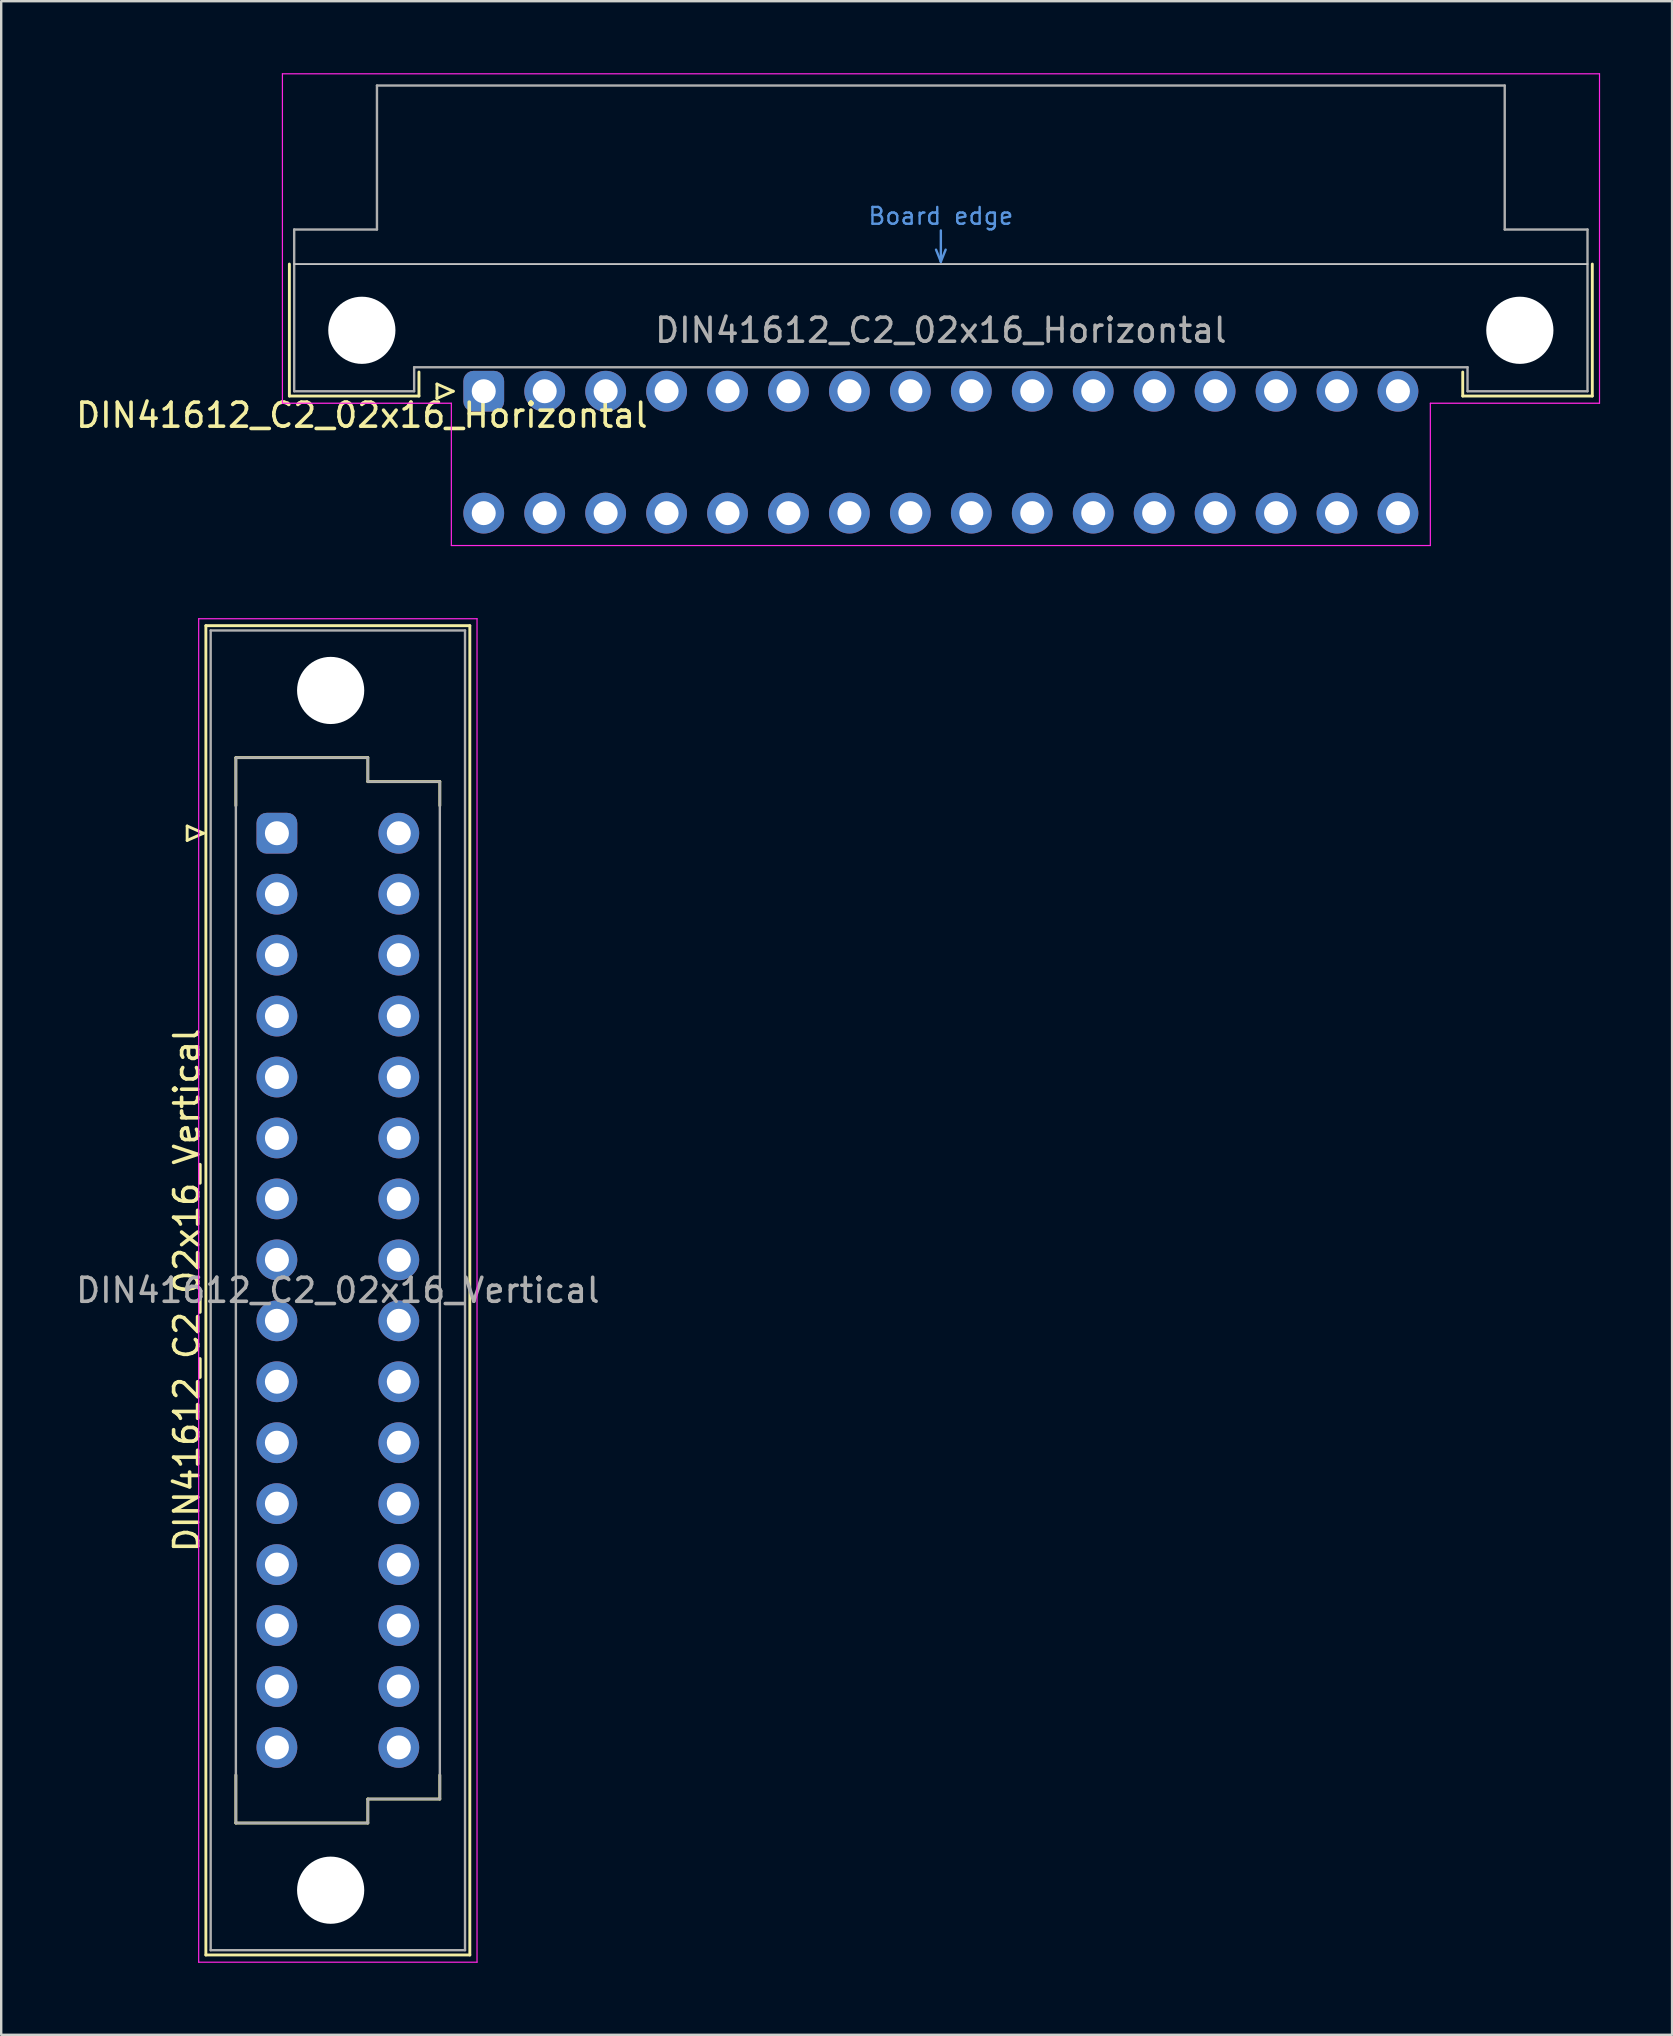
<source format=kicad_pcb>
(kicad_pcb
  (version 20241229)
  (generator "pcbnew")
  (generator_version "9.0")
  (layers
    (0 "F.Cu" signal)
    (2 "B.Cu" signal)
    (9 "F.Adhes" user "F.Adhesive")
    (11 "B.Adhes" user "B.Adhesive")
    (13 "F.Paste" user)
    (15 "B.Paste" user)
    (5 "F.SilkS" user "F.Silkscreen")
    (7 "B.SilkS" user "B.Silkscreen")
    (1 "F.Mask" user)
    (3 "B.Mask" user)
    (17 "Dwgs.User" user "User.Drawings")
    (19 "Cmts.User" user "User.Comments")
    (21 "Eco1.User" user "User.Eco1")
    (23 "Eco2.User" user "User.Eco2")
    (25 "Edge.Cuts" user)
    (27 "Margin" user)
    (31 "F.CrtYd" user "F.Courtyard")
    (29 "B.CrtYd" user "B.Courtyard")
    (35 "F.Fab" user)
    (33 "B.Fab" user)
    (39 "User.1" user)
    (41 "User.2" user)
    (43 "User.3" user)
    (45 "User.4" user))
  (footprint "DIN41612_C2_02x16_Horizontal"
    (layer "F.Cu")
    (at 17.11 13.255)
    (property "Reference" "DIN41612_C2_02x16_Horizontal" (at -5.08 1 0) (layer "F.SilkS") (effects (font (size 1 1) (thickness 0.15))))
    (attr through_hole)
    (fp_line (start -8.1 -5.3) (end -8.1 0.2) (stroke (width 0.12) (type solid)) (layer "F.SilkS"))
    (fp_line (start -8.1 0.2) (end -2.7 0.2) (stroke (width 0.12) (type solid)) (layer "F.SilkS"))
    (fp_line (start -2.7 0.2) (end -2.7 -0.8) (stroke (width 0.12) (type solid)) (layer "F.SilkS"))
    (fp_line (start -1.95 -0.3) (end -1.95 0.3) (stroke (width 0.12) (type solid)) (layer "F.SilkS"))
    (fp_line (start -1.95 0.3) (end -1.27 0) (stroke (width 0.12) (type solid)) (layer "F.SilkS"))
    (fp_line (start -1.27 0) (end -1.95 -0.3) (stroke (width 0.12) (type solid)) (layer "F.SilkS"))
    (fp_line (start 40.8 0.2) (end 40.8 -0.8) (stroke (width 0.12) (type solid)) (layer "F.SilkS"))
    (fp_line (start 46.2 -5.3) (end 46.2 0.2) (stroke (width 0.12) (type solid)) (layer "F.SilkS"))
    (fp_line (start 46.2 0.2) (end 40.8 0.2) (stroke (width 0.12) (type solid)) (layer "F.SilkS"))
    (fp_line (start -7.9 -5.3) (end 46 -5.3) (stroke (width 0.08) (type solid)) (layer "Dwgs.User"))
    (fp_line (start 18.85 -5.9) (end 19.05 -5.4) (stroke (width 0.1) (type solid)) (layer "Cmts.User"))
    (fp_line (start 19.05 -5.4) (end 19.05 -6.7) (stroke (width 0.1) (type solid)) (layer "Cmts.User"))
    (fp_line (start 19.05 -5.4) (end 19.25 -5.9) (stroke (width 0.1) (type solid)) (layer "Cmts.User"))
    (fp_line (start -8.39 -13.23) (end -8.39 0.5) (stroke (width 0.05) (type solid)) (layer "F.CrtYd"))
    (fp_line (start -8.39 0.5) (end -1.35 0.5) (stroke (width 0.05) (type solid)) (layer "F.CrtYd"))
    (fp_line (start -1.35 0.5) (end -1.35 6.43) (stroke (width 0.05) (type solid)) (layer "F.CrtYd"))
    (fp_line (start -1.35 6.43) (end 39.45 6.43) (stroke (width 0.05) (type solid)) (layer "F.CrtYd"))
    (fp_line (start 39.45 0.5) (end 46.5 0.5) (stroke (width 0.05) (type solid)) (layer "F.CrtYd"))
    (fp_line (start 39.45 6.43) (end 39.45 0.5) (stroke (width 0.05) (type solid)) (layer "F.CrtYd"))
    (fp_line (start 46.5 -13.23) (end -8.39 -13.23) (stroke (width 0.05) (type solid)) (layer "F.CrtYd"))
    (fp_line (start 46.5 0.5) (end 46.5 -13.23) (stroke (width 0.05) (type solid)) (layer "F.CrtYd"))
    (fp_line (start -7.9 -6.74) (end -7.9 0) (stroke (width 0.1) (type solid)) (layer "F.Fab"))
    (fp_line (start -7.9 0) (end -2.9 0) (stroke (width 0.1) (type solid)) (layer "F.Fab"))
    (fp_line (start -4.45 -12.74) (end -4.45 -6.74) (stroke (width 0.1) (type solid)) (layer "F.Fab"))
    (fp_line (start -4.45 -6.74) (end -7.9 -6.74) (stroke (width 0.1) (type solid)) (layer "F.Fab"))
    (fp_line (start -2.9 -1) (end 41 -1) (stroke (width 0.1) (type solid)) (layer "F.Fab"))
    (fp_line (start -2.9 0) (end -2.9 -1) (stroke (width 0.1) (type solid)) (layer "F.Fab"))
    (fp_line (start 41 -1) (end 41 0) (stroke (width 0.1) (type solid)) (layer "F.Fab"))
    (fp_line (start 41 0) (end 46 0) (stroke (width 0.1) (type solid)) (layer "F.Fab"))
    (fp_line (start 42.55 -12.74) (end -4.45 -12.74) (stroke (width 0.1) (type solid)) (layer "F.Fab"))
    (fp_line (start 42.55 -6.74) (end 42.55 -12.74) (stroke (width 0.1) (type solid)) (layer "F.Fab"))
    (fp_line (start 46 -6.74) (end 42.55 -6.74) (stroke (width 0.1) (type solid)) (layer "F.Fab"))
    (fp_line (start 46 0) (end 46 -6.74) (stroke (width 0.1) (type solid)) (layer "F.Fab"))
    (fp_text user "Board edge" (at 19.05 -7.3 0) (layer "Cmts.User") (effects (font (size 0.7 0.7) (thickness 0.1))))
    (fp_text user "${REFERENCE}" (at 19.05 -2.54 0) (layer "F.Fab") (effects (font (size 1 1) (thickness 0.15))))
    (pad "" np_thru_hole circle (at -5.08 -2.54) (size 2.8 2.8) (drill 2.8) (layers "*.Cu" "*.Mask"))
    (pad "" np_thru_hole circle (at 43.18 -2.54) (size 2.8 2.8) (drill 2.8) (layers "*.Cu" "*.Mask"))
    (pad "a1" thru_hole roundrect (at 0 0) (size 1.7 1.7) (drill 1) (layers "*.Cu" "*.Mask") (roundrect_rratio 0.25))
    (pad "a2" thru_hole circle (at 2.54 0) (size 1.7 1.7) (drill 1) (layers "*.Cu" "*.Mask"))
    (pad "a3" thru_hole circle (at 5.08 0) (size 1.7 1.7) (drill 1) (layers "*.Cu" "*.Mask"))
    (pad "a4" thru_hole circle (at 7.62 0) (size 1.7 1.7) (drill 1) (layers "*.Cu" "*.Mask"))
    (pad "a5" thru_hole circle (at 10.16 0) (size 1.7 1.7) (drill 1) (layers "*.Cu" "*.Mask"))
    (pad "a6" thru_hole circle (at 12.7 0) (size 1.7 1.7) (drill 1) (layers "*.Cu" "*.Mask"))
    (pad "a7" thru_hole circle (at 15.24 0) (size 1.7 1.7) (drill 1) (layers "*.Cu" "*.Mask"))
    (pad "a8" thru_hole circle (at 17.78 0) (size 1.7 1.7) (drill 1) (layers "*.Cu" "*.Mask"))
    (pad "a9" thru_hole circle (at 20.32 0) (size 1.7 1.7) (drill 1) (layers "*.Cu" "*.Mask"))
    (pad "a10" thru_hole circle (at 22.86 0) (size 1.7 1.7) (drill 1) (layers "*.Cu" "*.Mask"))
    (pad "a11" thru_hole circle (at 25.4 0) (size 1.7 1.7) (drill 1) (layers "*.Cu" "*.Mask"))
    (pad "a12" thru_hole circle (at 27.94 0) (size 1.7 1.7) (drill 1) (layers "*.Cu" "*.Mask"))
    (pad "a13" thru_hole circle (at 30.48 0) (size 1.7 1.7) (drill 1) (layers "*.Cu" "*.Mask"))
    (pad "a14" thru_hole circle (at 33.02 0) (size 1.7 1.7) (drill 1) (layers "*.Cu" "*.Mask"))
    (pad "a15" thru_hole circle (at 35.56 0) (size 1.7 1.7) (drill 1) (layers "*.Cu" "*.Mask"))
    (pad "a16" thru_hole circle (at 38.1 0) (size 1.7 1.7) (drill 1) (layers "*.Cu" "*.Mask"))
    (pad "c1" thru_hole circle (at 0 5.08) (size 1.7 1.7) (drill 1) (layers "*.Cu" "*.Mask"))
    (pad "c2" thru_hole circle (at 2.54 5.08) (size 1.7 1.7) (drill 1) (layers "*.Cu" "*.Mask"))
    (pad "c3" thru_hole circle (at 5.08 5.08) (size 1.7 1.7) (drill 1) (layers "*.Cu" "*.Mask"))
    (pad "c4" thru_hole circle (at 7.62 5.08) (size 1.7 1.7) (drill 1) (layers "*.Cu" "*.Mask"))
    (pad "c5" thru_hole circle (at 10.16 5.08) (size 1.7 1.7) (drill 1) (layers "*.Cu" "*.Mask"))
    (pad "c6" thru_hole circle (at 12.7 5.08) (size 1.7 1.7) (drill 1) (layers "*.Cu" "*.Mask"))
    (pad "c7" thru_hole circle (at 15.24 5.08) (size 1.7 1.7) (drill 1) (layers "*.Cu" "*.Mask"))
    (pad "c8" thru_hole circle (at 17.78 5.08) (size 1.7 1.7) (drill 1) (layers "*.Cu" "*.Mask"))
    (pad "c9" thru_hole circle (at 20.32 5.08) (size 1.7 1.7) (drill 1) (layers "*.Cu" "*.Mask"))
    (pad "c10" thru_hole circle (at 22.86 5.08) (size 1.7 1.7) (drill 1) (layers "*.Cu" "*.Mask"))
    (pad "c11" thru_hole circle (at 25.4 5.08) (size 1.7 1.7) (drill 1) (layers "*.Cu" "*.Mask"))
    (pad "c12" thru_hole circle (at 27.94 5.08) (size 1.7 1.7) (drill 1) (layers "*.Cu" "*.Mask"))
    (pad "c13" thru_hole circle (at 30.48 5.08) (size 1.7 1.7) (drill 1) (layers "*.Cu" "*.Mask"))
    (pad "c14" thru_hole circle (at 33.02 5.08) (size 1.7 1.7) (drill 1) (layers "*.Cu" "*.Mask"))
    (pad "c15" thru_hole circle (at 35.56 5.08) (size 1.7 1.7) (drill 1) (layers "*.Cu" "*.Mask"))
    (pad "c16" thru_hole circle (at 38.1 5.08) (size 1.7 1.7) (drill 1) (layers "*.Cu" "*.Mask")))
  (footprint "DIN41612_C2_02x16_Vertical"
    (layer "F.Cu")
    (at 8.49 31.675)
    (property "Reference" "DIN41612_C2_02x16_Vertical" (at -3.76 19.05 90) (layer "F.SilkS") (effects (font (size 1 1) (thickness 0.15))))
    (attr through_hole)
    (fp_line (start -3.74 -0.3) (end -3.74 0.3) (stroke (width 0.12) (type solid)) (layer "F.SilkS"))
    (fp_line (start -3.74 0.3) (end -3.06 0) (stroke (width 0.12) (type solid)) (layer "F.SilkS"))
    (fp_line (start -3.06 0) (end -3.74 -0.3) (stroke (width 0.12) (type solid)) (layer "F.SilkS"))
    (fp_line (start -2.96 -8.65) (end 8.04 -8.65) (stroke (width 0.12) (type solid)) (layer "F.SilkS"))
    (fp_line (start -2.96 46.75) (end -2.96 -8.65) (stroke (width 0.12) (type solid)) (layer "F.SilkS"))
    (fp_line (start -1.71 -3.15) (end 3.79 -3.15) (stroke (width 0.12) (type solid)) (layer "F.SilkS"))
    (fp_line (start -1.71 -1.15) (end -1.71 -3.15) (stroke (width 0.12) (type solid)) (layer "F.SilkS"))
    (fp_line (start -1.71 39.25) (end -1.71 41.25) (stroke (width 0.12) (type solid)) (layer "F.SilkS"))
    (fp_line (start -1.71 41.25) (end 3.79 41.25) (stroke (width 0.12) (type solid)) (layer "F.SilkS"))
    (fp_line (start 3.79 -3.15) (end 3.79 -2.15) (stroke (width 0.12) (type solid)) (layer "F.SilkS"))
    (fp_line (start 3.79 -2.15) (end 6.79 -2.15) (stroke (width 0.12) (type solid)) (layer "F.SilkS"))
    (fp_line (start 3.79 40.25) (end 6.79 40.25) (stroke (width 0.12) (type solid)) (layer "F.SilkS"))
    (fp_line (start 3.79 41.25) (end 3.79 40.25) (stroke (width 0.12) (type solid)) (layer "F.SilkS"))
    (fp_line (start 6.79 -2.15) (end 6.79 -1.15) (stroke (width 0.12) (type solid)) (layer "F.SilkS"))
    (fp_line (start 6.79 40.25) (end 6.79 39.25) (stroke (width 0.12) (type solid)) (layer "F.SilkS"))
    (fp_line (start 8.04 -8.65) (end 8.04 46.75) (stroke (width 0.12) (type solid)) (layer "F.SilkS"))
    (fp_line (start 8.04 46.75) (end -2.96 46.75) (stroke (width 0.12) (type solid)) (layer "F.SilkS"))
    (fp_line (start -3.26 -8.94) (end 8.34 -8.94) (stroke (width 0.05) (type solid)) (layer "F.CrtYd"))
    (fp_line (start -3.26 47.05) (end -3.26 -8.94) (stroke (width 0.05) (type solid)) (layer "F.CrtYd"))
    (fp_line (start 8.34 -8.94) (end 8.34 47.05) (stroke (width 0.05) (type solid)) (layer "F.CrtYd"))
    (fp_line (start 8.34 47.05) (end -3.26 47.05) (stroke (width 0.05) (type solid)) (layer "F.CrtYd"))
    (fp_line (start -2.76 -8.45) (end 7.84 -8.45) (stroke (width 0.1) (type solid)) (layer "F.Fab"))
    (fp_line (start -2.76 46.55) (end -2.76 -8.45) (stroke (width 0.1) (type solid)) (layer "F.Fab"))
    (fp_line (start -1.71 -3.15) (end 3.79 -3.15) (stroke (width 0.1) (type solid)) (layer "F.Fab"))
    (fp_line (start -1.71 41.25) (end -1.71 -3.15) (stroke (width 0.1) (type solid)) (layer "F.Fab"))
    (fp_line (start 3.79 -3.15) (end 3.79 -2.15) (stroke (width 0.1) (type solid)) (layer "F.Fab"))
    (fp_line (start 3.79 -2.15) (end 6.79 -2.15) (stroke (width 0.1) (type solid)) (layer "F.Fab"))
    (fp_line (start 3.79 40.25) (end 3.79 41.25) (stroke (width 0.1) (type solid)) (layer "F.Fab"))
    (fp_line (start 3.79 41.25) (end -1.71 41.25) (stroke (width 0.1) (type solid)) (layer "F.Fab"))
    (fp_line (start 6.79 -2.15) (end 6.79 40.25) (stroke (width 0.1) (type solid)) (layer "F.Fab"))
    (fp_line (start 6.79 40.25) (end 3.79 40.25) (stroke (width 0.1) (type solid)) (layer "F.Fab"))
    (fp_line (start 7.84 -8.45) (end 7.84 46.55) (stroke (width 0.1) (type solid)) (layer "F.Fab"))
    (fp_line (start 7.84 46.55) (end -2.76 46.55) (stroke (width 0.1) (type solid)) (layer "F.Fab"))
    (fp_text user "${REFERENCE}" (at 2.54 19.05 0) (layer "F.Fab") (effects (font (size 1 1) (thickness 0.15))))
    (pad "" np_thru_hole circle (at 2.24 -5.95) (size 2.8 2.8) (drill 2.8) (layers "*.Cu" "*.Mask"))
    (pad "" np_thru_hole circle (at 2.24 44.05) (size 2.8 2.8) (drill 2.8) (layers "*.Cu" "*.Mask"))
    (pad "a1" thru_hole roundrect (at 0 0) (size 1.7 1.7) (drill 1) (layers "*.Cu" "*.Mask") (roundrect_rratio 0.25))
    (pad "a2" thru_hole circle (at 0 2.54) (size 1.7 1.7) (drill 1) (layers "*.Cu" "*.Mask"))
    (pad "a3" thru_hole circle (at 0 5.08) (size 1.7 1.7) (drill 1) (layers "*.Cu" "*.Mask"))
    (pad "a4" thru_hole circle (at 0 7.62) (size 1.7 1.7) (drill 1) (layers "*.Cu" "*.Mask"))
    (pad "a5" thru_hole circle (at 0 10.16) (size 1.7 1.7) (drill 1) (layers "*.Cu" "*.Mask"))
    (pad "a6" thru_hole circle (at 0 12.7) (size 1.7 1.7) (drill 1) (layers "*.Cu" "*.Mask"))
    (pad "a7" thru_hole circle (at 0 15.24) (size 1.7 1.7) (drill 1) (layers "*.Cu" "*.Mask"))
    (pad "a8" thru_hole circle (at 0 17.78) (size 1.7 1.7) (drill 1) (layers "*.Cu" "*.Mask"))
    (pad "a9" thru_hole circle (at 0 20.32) (size 1.7 1.7) (drill 1) (layers "*.Cu" "*.Mask"))
    (pad "a10" thru_hole circle (at 0 22.86) (size 1.7 1.7) (drill 1) (layers "*.Cu" "*.Mask"))
    (pad "a11" thru_hole circle (at 0 25.4) (size 1.7 1.7) (drill 1) (layers "*.Cu" "*.Mask"))
    (pad "a12" thru_hole circle (at 0 27.94) (size 1.7 1.7) (drill 1) (layers "*.Cu" "*.Mask"))
    (pad "a13" thru_hole circle (at 0 30.48) (size 1.7 1.7) (drill 1) (layers "*.Cu" "*.Mask"))
    (pad "a14" thru_hole circle (at 0 33.02) (size 1.7 1.7) (drill 1) (layers "*.Cu" "*.Mask"))
    (pad "a15" thru_hole circle (at 0 35.56) (size 1.7 1.7) (drill 1) (layers "*.Cu" "*.Mask"))
    (pad "a16" thru_hole circle (at 0 38.1) (size 1.7 1.7) (drill 1) (layers "*.Cu" "*.Mask"))
    (pad "c1" thru_hole circle (at 5.08 0) (size 1.7 1.7) (drill 1) (layers "*.Cu" "*.Mask"))
    (pad "c2" thru_hole circle (at 5.08 2.54) (size 1.7 1.7) (drill 1) (layers "*.Cu" "*.Mask"))
    (pad "c3" thru_hole circle (at 5.08 5.08) (size 1.7 1.7) (drill 1) (layers "*.Cu" "*.Mask"))
    (pad "c4" thru_hole circle (at 5.08 7.62) (size 1.7 1.7) (drill 1) (layers "*.Cu" "*.Mask"))
    (pad "c5" thru_hole circle (at 5.08 10.16) (size 1.7 1.7) (drill 1) (layers "*.Cu" "*.Mask"))
    (pad "c6" thru_hole circle (at 5.08 12.7) (size 1.7 1.7) (drill 1) (layers "*.Cu" "*.Mask"))
    (pad "c7" thru_hole circle (at 5.08 15.24) (size 1.7 1.7) (drill 1) (layers "*.Cu" "*.Mask"))
    (pad "c8" thru_hole circle (at 5.08 17.78) (size 1.7 1.7) (drill 1) (layers "*.Cu" "*.Mask"))
    (pad "c9" thru_hole circle (at 5.08 20.32) (size 1.7 1.7) (drill 1) (layers "*.Cu" "*.Mask"))
    (pad "c10" thru_hole circle (at 5.08 22.86) (size 1.7 1.7) (drill 1) (layers "*.Cu" "*.Mask"))
    (pad "c11" thru_hole circle (at 5.08 25.4) (size 1.7 1.7) (drill 1) (layers "*.Cu" "*.Mask"))
    (pad "c12" thru_hole circle (at 5.08 27.94) (size 1.7 1.7) (drill 1) (layers "*.Cu" "*.Mask"))
    (pad "c13" thru_hole circle (at 5.08 30.48) (size 1.7 1.7) (drill 1) (layers "*.Cu" "*.Mask"))
    (pad "c14" thru_hole circle (at 5.08 33.02) (size 1.7 1.7) (drill 1) (layers "*.Cu" "*.Mask"))
    (pad "c15" thru_hole circle (at 5.08 35.56) (size 1.7 1.7) (drill 1) (layers "*.Cu" "*.Mask"))
    (pad "c16" thru_hole circle (at 5.08 38.1) (size 1.7 1.7) (drill 1) (layers "*.Cu" "*.Mask")))
  (gr_rect
    (start -3 -3)
    (end 66.635 81.75)
    (stroke (width 0.1) (type default))
    (fill no)
    (layer "Edge.Cuts")))
</source>
